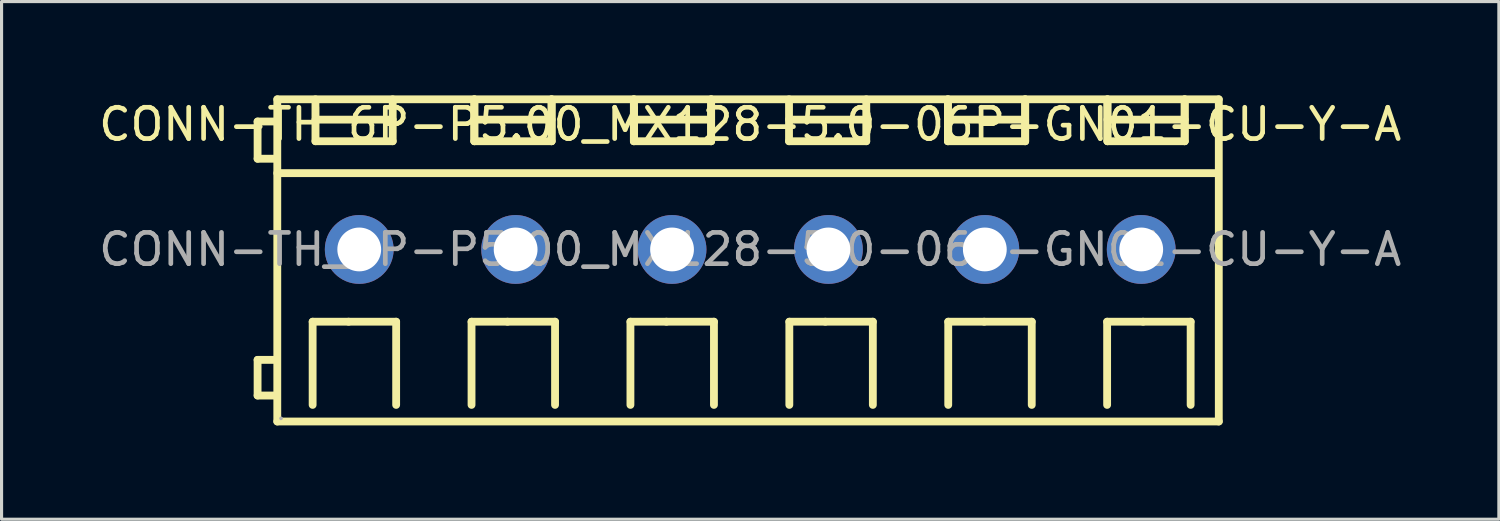
<source format=kicad_pcb>
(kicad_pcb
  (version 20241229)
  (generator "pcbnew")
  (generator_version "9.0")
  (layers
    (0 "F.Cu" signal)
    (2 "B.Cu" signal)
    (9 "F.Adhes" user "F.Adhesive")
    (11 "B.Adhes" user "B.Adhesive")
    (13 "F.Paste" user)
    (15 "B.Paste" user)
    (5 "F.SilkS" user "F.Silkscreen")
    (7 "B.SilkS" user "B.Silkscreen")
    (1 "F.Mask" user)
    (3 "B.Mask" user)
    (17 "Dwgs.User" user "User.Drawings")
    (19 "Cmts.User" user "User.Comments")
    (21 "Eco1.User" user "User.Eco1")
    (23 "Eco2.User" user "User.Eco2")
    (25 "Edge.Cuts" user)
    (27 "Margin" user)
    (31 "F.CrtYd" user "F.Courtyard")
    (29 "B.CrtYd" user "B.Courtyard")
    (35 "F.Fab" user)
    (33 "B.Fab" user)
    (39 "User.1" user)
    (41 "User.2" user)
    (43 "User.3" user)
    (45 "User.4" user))
  (footprint "CONN-TH_6P-P5.00_MX128-5.0-06P-GN01-CU-Y-A"
    (layer "F.Cu")
    (at 20.935 4.925)
    (property "Reference" "CONN-TH_6P-P5.00_MX128-5.0-06P-GN01-CU-Y-A" (at 0 -4 0) (layer "F.SilkS") (effects (font (size 1 1) (thickness 0.15))))
    (attr through_hole)
    (fp_line (start -15.75 -4.09) (end -15.15 -4.09) (stroke (width 0.25) (type solid)) (layer "F.SilkS"))
    (fp_line (start -15.75 -2.9) (end -15.75 -4.09) (stroke (width 0.25) (type solid)) (layer "F.SilkS"))
    (fp_line (start -15.75 3.53) (end -15.15 3.53) (stroke (width 0.25) (type solid)) (layer "F.SilkS"))
    (fp_line (start -15.75 4.67) (end -15.75 3.53) (stroke (width 0.25) (type solid)) (layer "F.SilkS"))
    (fp_line (start -15.15 -2.9) (end -15.75 -2.9) (stroke (width 0.25) (type solid)) (layer "F.SilkS"))
    (fp_line (start -15.15 4.67) (end -15.75 4.67) (stroke (width 0.25) (type solid)) (layer "F.SilkS"))
    (fp_line (start -15.12 -4.8) (end -15.12 5.5) (stroke (width 0.25) (type solid)) (layer "F.SilkS"))
    (fp_line (start -15.12 -4.8) (end 14.98 -4.8) (stroke (width 0.25) (type solid)) (layer "F.SilkS"))
    (fp_line (start -15.12 -2.44) (end 14.9 -2.44) (stroke (width 0.25) (type solid)) (layer "F.SilkS"))
    (fp_line (start -15.12 5.5) (end 14.98 5.5) (stroke (width 0.25) (type solid)) (layer "F.SilkS"))
    (fp_line (start -13.99 2.31) (end -12.84 2.31) (stroke (width 0.25) (type solid)) (layer "F.SilkS"))
    (fp_line (start -13.99 4.97) (end -13.99 2.31) (stroke (width 0.25) (type solid)) (layer "F.SilkS"))
    (fp_line (start -13.9 -4.8) (end -13.9 -3.46) (stroke (width 0.25) (type solid)) (layer "F.SilkS"))
    (fp_line (start -13.9 -4.15) (end -11.43 -4.15) (stroke (width 0.25) (type solid)) (layer "F.SilkS"))
    (fp_line (start -13.9 -3.46) (end -11.43 -3.46) (stroke (width 0.25) (type solid)) (layer "F.SilkS"))
    (fp_line (start -12.84 2.31) (end -11.32 2.31) (stroke (width 0.25) (type solid)) (layer "F.SilkS"))
    (fp_line (start -11.43 -3.46) (end -11.43 -4.8) (stroke (width 0.25) (type solid)) (layer "F.SilkS"))
    (fp_line (start -11.32 2.31) (end -11.32 4.97) (stroke (width 0.25) (type solid)) (layer "F.SilkS"))
    (fp_line (start -8.91 2.31) (end -7.76 2.31) (stroke (width 0.25) (type solid)) (layer "F.SilkS"))
    (fp_line (start -8.91 4.97) (end -8.91 2.31) (stroke (width 0.25) (type solid)) (layer "F.SilkS"))
    (fp_line (start -8.82 -4.8) (end -8.82 -3.46) (stroke (width 0.25) (type solid)) (layer "F.SilkS"))
    (fp_line (start -8.82 -4.8) (end -8.82 -3.46) (stroke (width 0.25) (type solid)) (layer "F.SilkS"))
    (fp_line (start -8.82 -4.15) (end -6.35 -4.15) (stroke (width 0.25) (type solid)) (layer "F.SilkS"))
    (fp_line (start -8.82 -3.46) (end -6.35 -3.46) (stroke (width 0.25) (type solid)) (layer "F.SilkS"))
    (fp_line (start -7.76 2.31) (end -6.24 2.31) (stroke (width 0.25) (type solid)) (layer "F.SilkS"))
    (fp_line (start -6.35 -3.46) (end -6.35 -4.8) (stroke (width 0.25) (type solid)) (layer "F.SilkS"))
    (fp_line (start -6.35 -3.46) (end -6.35 -4.8) (stroke (width 0.25) (type solid)) (layer "F.SilkS"))
    (fp_line (start -6.24 2.31) (end -6.24 4.97) (stroke (width 0.25) (type solid)) (layer "F.SilkS"))
    (fp_line (start -3.83 2.31) (end -2.68 2.31) (stroke (width 0.25) (type solid)) (layer "F.SilkS"))
    (fp_line (start -3.83 4.97) (end -3.83 2.31) (stroke (width 0.25) (type solid)) (layer "F.SilkS"))
    (fp_line (start -3.72 -4.8) (end -3.72 -3.46) (stroke (width 0.25) (type solid)) (layer "F.SilkS"))
    (fp_line (start -3.72 -4.8) (end -3.72 -3.46) (stroke (width 0.25) (type solid)) (layer "F.SilkS"))
    (fp_line (start -3.72 -4.15) (end -1.25 -4.15) (stroke (width 0.25) (type solid)) (layer "F.SilkS"))
    (fp_line (start -3.72 -3.46) (end -1.25 -3.46) (stroke (width 0.25) (type solid)) (layer "F.SilkS"))
    (fp_line (start -2.68 2.31) (end -1.16 2.31) (stroke (width 0.25) (type solid)) (layer "F.SilkS"))
    (fp_line (start -1.25 -3.46) (end -1.25 -4.8) (stroke (width 0.25) (type solid)) (layer "F.SilkS"))
    (fp_line (start -1.25 -3.46) (end -1.25 -4.8) (stroke (width 0.25) (type solid)) (layer "F.SilkS"))
    (fp_line (start -1.16 2.31) (end -1.16 4.97) (stroke (width 0.25) (type solid)) (layer "F.SilkS"))
    (fp_line (start 1.24 -4.8) (end 1.24 -3.46) (stroke (width 0.25) (type solid)) (layer "F.SilkS"))
    (fp_line (start 1.24 -4.15) (end 3.71 -4.15) (stroke (width 0.25) (type solid)) (layer "F.SilkS"))
    (fp_line (start 1.24 -3.46) (end 3.71 -3.46) (stroke (width 0.25) (type solid)) (layer "F.SilkS"))
    (fp_line (start 1.25 2.31) (end 2.4 2.31) (stroke (width 0.25) (type solid)) (layer "F.SilkS"))
    (fp_line (start 1.25 4.97) (end 1.25 2.31) (stroke (width 0.25) (type solid)) (layer "F.SilkS"))
    (fp_line (start 2.4 2.31) (end 3.92 2.31) (stroke (width 0.25) (type solid)) (layer "F.SilkS"))
    (fp_line (start 3.71 -3.46) (end 3.71 -4.8) (stroke (width 0.25) (type solid)) (layer "F.SilkS"))
    (fp_line (start 3.92 2.31) (end 3.92 4.97) (stroke (width 0.25) (type solid)) (layer "F.SilkS"))
    (fp_line (start 6.32 -4.8) (end 6.32 -3.46) (stroke (width 0.25) (type solid)) (layer "F.SilkS"))
    (fp_line (start 6.32 -4.8) (end 6.32 -3.46) (stroke (width 0.25) (type solid)) (layer "F.SilkS"))
    (fp_line (start 6.32 -4.15) (end 8.79 -4.15) (stroke (width 0.25) (type solid)) (layer "F.SilkS"))
    (fp_line (start 6.32 -3.46) (end 8.79 -3.46) (stroke (width 0.25) (type solid)) (layer "F.SilkS"))
    (fp_line (start 6.33 2.31) (end 7.48 2.31) (stroke (width 0.25) (type solid)) (layer "F.SilkS"))
    (fp_line (start 6.33 4.97) (end 6.33 2.31) (stroke (width 0.25) (type solid)) (layer "F.SilkS"))
    (fp_line (start 7.48 2.31) (end 9 2.31) (stroke (width 0.25) (type solid)) (layer "F.SilkS"))
    (fp_line (start 8.79 -3.46) (end 8.79 -4.8) (stroke (width 0.25) (type solid)) (layer "F.SilkS"))
    (fp_line (start 8.79 -3.46) (end 8.79 -4.8) (stroke (width 0.25) (type solid)) (layer "F.SilkS"))
    (fp_line (start 9 2.31) (end 9 4.97) (stroke (width 0.25) (type solid)) (layer "F.SilkS"))
    (fp_line (start 11.41 2.31) (end 12.56 2.31) (stroke (width 0.25) (type solid)) (layer "F.SilkS"))
    (fp_line (start 11.41 4.97) (end 11.41 2.31) (stroke (width 0.25) (type solid)) (layer "F.SilkS"))
    (fp_line (start 11.42 -4.8) (end 11.42 -3.46) (stroke (width 0.25) (type solid)) (layer "F.SilkS"))
    (fp_line (start 11.42 -4.8) (end 11.42 -3.46) (stroke (width 0.25) (type solid)) (layer "F.SilkS"))
    (fp_line (start 11.42 -4.15) (end 13.89 -4.15) (stroke (width 0.25) (type solid)) (layer "F.SilkS"))
    (fp_line (start 11.42 -3.46) (end 13.89 -3.46) (stroke (width 0.25) (type solid)) (layer "F.SilkS"))
    (fp_line (start 12.56 2.31) (end 14.08 2.31) (stroke (width 0.25) (type solid)) (layer "F.SilkS"))
    (fp_line (start 13.89 -3.46) (end 13.89 -4.8) (stroke (width 0.25) (type solid)) (layer "F.SilkS"))
    (fp_line (start 13.89 -3.46) (end 13.89 -4.8) (stroke (width 0.25) (type solid)) (layer "F.SilkS"))
    (fp_line (start 14.08 2.31) (end 14.08 4.97) (stroke (width 0.25) (type solid)) (layer "F.SilkS"))
    (fp_line (start 14.98 5.5) (end 14.98 -4.8) (stroke (width 0.25) (type solid)) (layer "F.SilkS"))
    (fp_circle (center -15 5.4) (end -14.97 5.4) (stroke (width 0.06) (type solid)) (fill no) (layer "F.Fab"))
    (fp_text user "${REFERENCE}" (at 0 0 0) (layer "F.Fab") (effects (font (size 1 1) (thickness 0.15))))
    (pad "1" thru_hole circle (at -12.5 0) (size 2.2 2.2) (drill 1.4) (layers "*.Cu" "*.Mask"))
    (pad "2" thru_hole circle (at -7.5 0) (size 2.2 2.2) (drill 1.4) (layers "*.Cu" "*.Mask"))
    (pad "3" thru_hole circle (at -2.5 0) (size 2.2 2.2) (drill 1.4) (layers "*.Cu" "*.Mask"))
    (pad "4" thru_hole circle (at 2.5 0) (size 2.2 2.2) (drill 1.4) (layers "*.Cu" "*.Mask"))
    (pad "5" thru_hole circle (at 7.5 0) (size 2.2 2.2) (drill 1.4) (layers "*.Cu" "*.Mask"))
    (pad "6" thru_hole circle (at 12.5 0) (size 2.2 2.2) (drill 1.4) (layers "*.Cu" "*.Mask")))
  (gr_rect
    (start -3 -3)
    (end 44.869 13.55)
    (stroke (width 0.1) (type default))
    (fill no)
    (layer "Edge.Cuts")))
</source>
